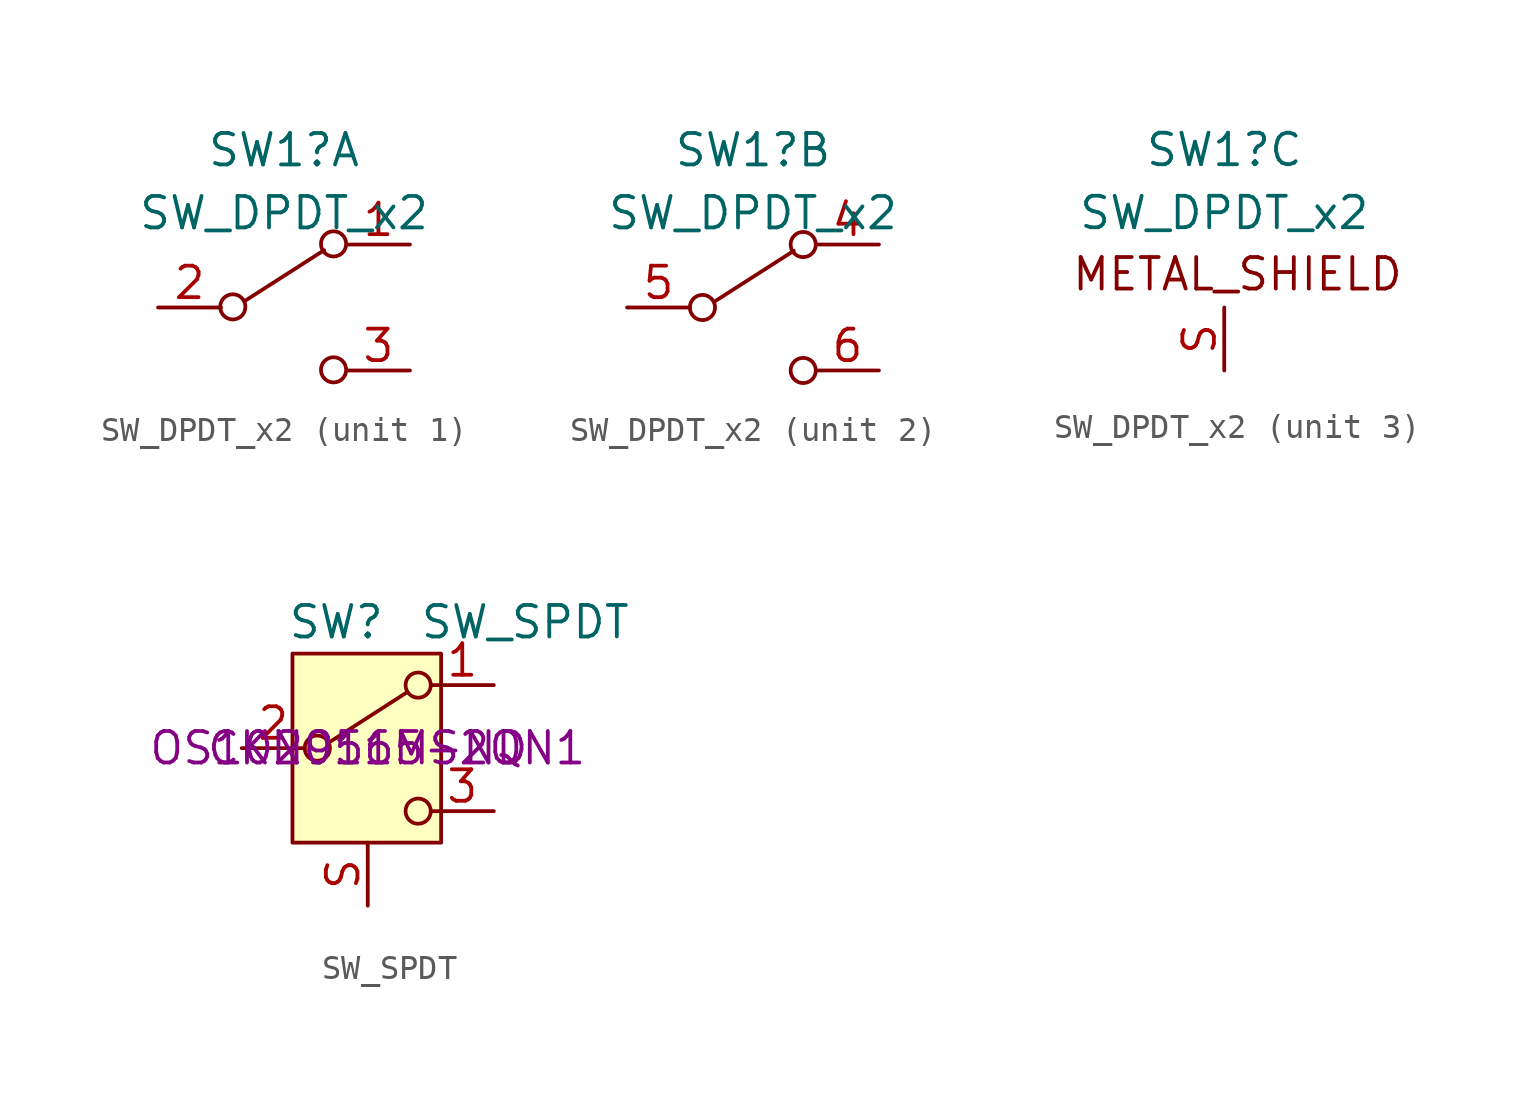
<source format=kicad_sym>
(kicad_symbol_lib
  (version 20220914)
  (generator kicad_symbol_editor)
  (symbol "SW_DPDT_x2"
    (pin_names
      (offset 0) hide)
    (property "Reference" "SW1"
      (at 0 6.35 0)
      (effects (font (size 1.27 1.27))))
    (property "Value" "SW_DPDT_x2"
      (at 0 3.81 0)
      (effects (font (size 1.27 1.27))))
    (property "ki_locked" ""
      (at 0 0 0)
      (effects (font (size 1.27 1.27))))
    (symbol "SW_DPDT_x2_1_0"
      (circle (center -2.065 0.026) (radius 0.508) (stroke (width 0) (type default)) (fill (type none)))
      (circle (center 1.999 -2.514) (radius 0.508) (stroke (width 0) (type default)) (fill (type none))))
    (symbol "SW_DPDT_x2_1_1"
      (polyline (pts (xy -1.557 0.28) (xy 1.618 2.312)) (stroke (width 0) (type default)) (fill (type none)))
      (circle (center 1.999 2.566) (radius 0.508) (stroke (width 0) (type default)) (fill (type none)))
      (pin passive line (at 5.08 2.54 180) (length 2.54) (name "A" (effects (font (size 1.27 1.27)))) (number "1" (effects (font (size 1.27 1.27)))))
      (pin passive line (at -5.08 0 0) (length 2.54) (name "B" (effects (font (size 1.27 1.27)))) (number "2" (effects (font (size 1.27 1.27)))))
      (pin passive line (at 5.08 -2.54 180) (length 2.54) (name "C" (effects (font (size 1.27 1.27)))) (number "3" (effects (font (size 1.27 1.27))))))
    (symbol "SW_DPDT_x2_2_0"
      (circle (center -2.039 0) (radius 0.508) (stroke (width 0) (type default)) (fill (type none)))
      (circle (center 2.025 -2.54) (radius 0.508) (stroke (width 0) (type default)) (fill (type none))))
    (symbol "SW_DPDT_x2_2_1"
      (polyline (pts (xy -1.531 0.254) (xy 1.644 2.286)) (stroke (width 0) (type default)) (fill (type none)))
      (circle (center 2.025 2.54) (radius 0.508) (stroke (width 0) (type default)) (fill (type none)))
      (pin passive line (at 5.08 2.54 180) (length 2.54) (name "A" (effects (font (size 1.27 1.27)))) (number "4" (effects (font (size 1.27 1.27)))))
      (pin passive line (at -5.08 0 0) (length 2.54) (name "B" (effects (font (size 1.27 1.27)))) (number "5" (effects (font (size 1.27 1.27)))))
      (pin passive line (at 5.08 -2.54 180) (length 2.54) (name "C" (effects (font (size 1.27 1.27)))) (number "6" (effects (font (size 1.27 1.27))))))
    (symbol "SW_DPDT_x2_3_1"
      (text "METAL_SHIELD" (at 0.534 1.341 0) (effects (font (size 1.27 1.27))))
      (pin passive line (at 0 -2.54 90) (length 2.54) (name "S" (effects (font (size 1.27 1.27)))) (number "S" (effects (font (size 1.27 1.27)))))))
  (symbol "SW_SPDT"
    (pin_names
      (offset 0) hide)
    (property "Reference" "SW"
      (at -1.27 5.08 0)
      (effects (font (size 1.27 1.27))))
    (property "Value" "SW_SPDT"
      (at 6.35 5.08 0)
      (effects (font (size 1.27 1.27))))
    (property "DIGIKEY" "CKN9565-ND"
      (at 0 0 0)
      (effects (font (size 1.27 1.27))))
    (property "PARTNO" "OS102011MS2QN1"
      (at 0 0 0)
      (effects (font (size 1.27 1.27))))
    (symbol "SW_SPDT_0_0"
      (circle (center -2.032 0) (radius 0.508) (stroke (width 0) (type default)) (fill (type none)))
      (circle (center 2.032 -2.54) (radius 0.508) (stroke (width 0) (type default)) (fill (type none))))
    (symbol "SW_SPDT_0_1"
      (polyline (pts (xy -1.524 0.254) (xy 1.577 2.247)) (stroke (width 0) (type default)) (fill (type none)))
      (circle (center 2.032 2.54) (radius 0.508) (stroke (width 0) (type default)) (fill (type none))))
    (symbol "SW_SPDT_1_1"
      (rectangle (start -3.034 3.81) (end 2.957 -3.81) (stroke (width 0) (type default)) (fill (type background)))
      (pin passive line (at 5.08 2.54 180) (length 2.54) (name "A" (effects (font (size 1.27 1.27)))) (number "1" (effects (font (size 1.27 1.27)))))
      (pin passive line (at -5.08 0 0) (length 2.54) (name "B" (effects (font (size 1.27 1.27)))) (number "2" (effects (font (size 1.27 1.27)))))
      (pin passive line (at 5.08 -2.54 180) (length 2.54) (name "C" (effects (font (size 1.27 1.27)))) (number "3" (effects (font (size 1.27 1.27)))))
      (pin input line (at 0 -6.35 90) (length 2.54) (name "S" (effects (font (size 1.27 1.27)))) (number "S" (effects (font (size 1.27 1.27))))))))
</source>
